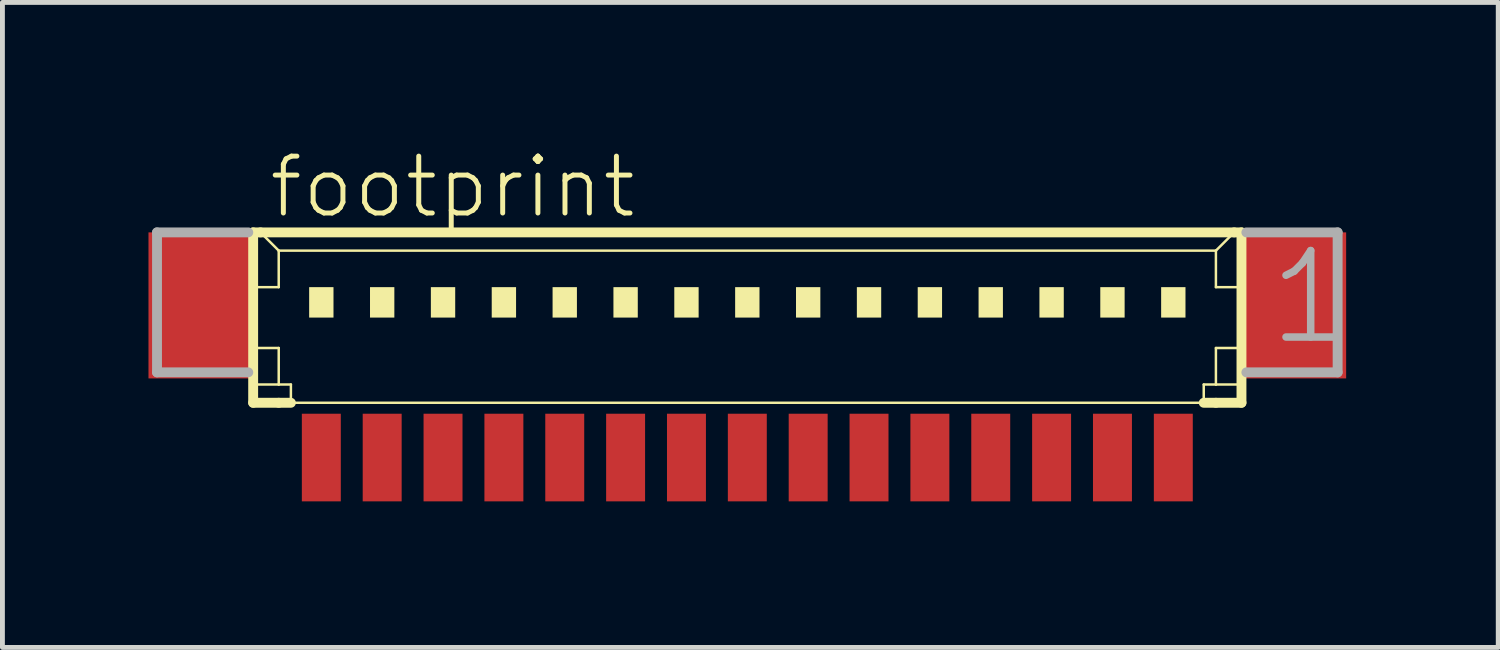
<source format=kicad_pcb>
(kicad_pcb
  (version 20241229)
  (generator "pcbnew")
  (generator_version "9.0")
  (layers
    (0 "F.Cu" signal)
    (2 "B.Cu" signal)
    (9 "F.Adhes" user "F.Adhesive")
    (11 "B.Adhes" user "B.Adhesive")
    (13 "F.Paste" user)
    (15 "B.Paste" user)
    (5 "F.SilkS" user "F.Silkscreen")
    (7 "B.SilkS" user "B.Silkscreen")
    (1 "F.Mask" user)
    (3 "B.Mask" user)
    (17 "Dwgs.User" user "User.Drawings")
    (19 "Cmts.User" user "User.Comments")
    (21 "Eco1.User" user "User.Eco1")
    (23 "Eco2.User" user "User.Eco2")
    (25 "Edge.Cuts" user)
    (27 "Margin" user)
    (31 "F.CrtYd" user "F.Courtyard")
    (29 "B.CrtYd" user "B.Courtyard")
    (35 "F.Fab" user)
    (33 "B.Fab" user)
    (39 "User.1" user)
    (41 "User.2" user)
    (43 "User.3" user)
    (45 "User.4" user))
  (footprint "footprint"
    (layer "F.Cu")
    (at 12.3 3.848)
    (property "Reference" "footprint" (at -9.875 -2.375 0) (layer "F.SilkS") (effects (font (size 1.168 1.168) (thickness 0.102)) (justify left bottom)))
    (fp_line (start -10.15 -2.125) (end -10.15 1.375) (stroke (width 0.203) (type solid)) (layer "F.SilkS"))
    (fp_line (start -10.15 1.375) (end -9.625 1.375) (stroke (width 0.203) (type solid)) (layer "F.SilkS"))
    (fp_line (start -10.125 -1) (end -9.625 -1) (stroke (width 0.051) (type solid)) (layer "F.SilkS"))
    (fp_line (start -10.125 0.25) (end -9.625 0.25) (stroke (width 0.051) (type solid)) (layer "F.SilkS"))
    (fp_line (start -10.125 1) (end -9.625 1) (stroke (width 0.051) (type solid)) (layer "F.SilkS"))
    (fp_line (start -10 -2.125) (end -10.15 -2.125) (stroke (width 0.203) (type solid)) (layer "F.SilkS"))
    (fp_line (start -9.625 -1.75) (end -10 -2.125) (stroke (width 0.051) (type solid)) (layer "F.SilkS"))
    (fp_line (start -9.625 -1.75) (end 9.625 -1.75) (stroke (width 0.051) (type solid)) (layer "F.SilkS"))
    (fp_line (start -9.625 -1) (end -9.625 -1.75) (stroke (width 0.051) (type solid)) (layer "F.SilkS"))
    (fp_line (start -9.625 0.25) (end -9.625 1) (stroke (width 0.051) (type solid)) (layer "F.SilkS"))
    (fp_line (start -9.625 1) (end -9.375 1) (stroke (width 0.051) (type solid)) (layer "F.SilkS"))
    (fp_line (start -9.625 1.375) (end -9.375 1.375) (stroke (width 0.203) (type solid)) (layer "F.SilkS"))
    (fp_line (start -9.375 1) (end -9.375 1.375) (stroke (width 0.051) (type solid)) (layer "F.SilkS"))
    (fp_line (start -9.375 1.375) (end 9.375 1.375) (stroke (width 0.051) (type solid)) (layer "F.SilkS"))
    (fp_line (start 9.375 1) (end 9.375 1.375) (stroke (width 0.051) (type solid)) (layer "F.SilkS"))
    (fp_line (start 9.375 1) (end 9.625 1) (stroke (width 0.051) (type solid)) (layer "F.SilkS"))
    (fp_line (start 9.375 1.375) (end 9.625 1.375) (stroke (width 0.203) (type solid)) (layer "F.SilkS"))
    (fp_line (start 9.625 -1.75) (end 9.625 -1) (stroke (width 0.051) (type solid)) (layer "F.SilkS"))
    (fp_line (start 9.625 -1.75) (end 10 -2.125) (stroke (width 0.051) (type solid)) (layer "F.SilkS"))
    (fp_line (start 9.625 -1) (end 10.125 -1) (stroke (width 0.051) (type solid)) (layer "F.SilkS"))
    (fp_line (start 9.625 0.25) (end 9.625 1) (stroke (width 0.051) (type solid)) (layer "F.SilkS"))
    (fp_line (start 9.625 0.25) (end 10.125 0.25) (stroke (width 0.051) (type solid)) (layer "F.SilkS"))
    (fp_line (start 9.625 1) (end 10.125 1) (stroke (width 0.051) (type solid)) (layer "F.SilkS"))
    (fp_line (start 9.625 1.375) (end 10.15 1.375) (stroke (width 0.203) (type solid)) (layer "F.SilkS"))
    (fp_line (start 10 -2.125) (end -10 -2.125) (stroke (width 0.203) (type solid)) (layer "F.SilkS"))
    (fp_line (start 10.15 -2.125) (end 10 -2.125) (stroke (width 0.203) (type solid)) (layer "F.SilkS"))
    (fp_line (start 10.15 1.375) (end 10.15 -2.125) (stroke (width 0.203) (type solid)) (layer "F.SilkS"))
    (fp_poly (pts (xy -9 -0.375) (xy -8.5 -0.375) (xy -8.5 -1) (xy -9 -1)) (stroke (width 0) (type solid)) (fill yes) (layer "F.SilkS"))
    (fp_poly (pts (xy -7.75 -0.375) (xy -7.25 -0.375) (xy -7.25 -1) (xy -7.75 -1)) (stroke (width 0) (type solid)) (fill yes) (layer "F.SilkS"))
    (fp_poly (pts (xy -6.5 -0.375) (xy -6 -0.375) (xy -6 -1) (xy -6.5 -1)) (stroke (width 0) (type solid)) (fill yes) (layer "F.SilkS"))
    (fp_poly (pts (xy -5.25 -0.375) (xy -4.75 -0.375) (xy -4.75 -1) (xy -5.25 -1)) (stroke (width 0) (type solid)) (fill yes) (layer "F.SilkS"))
    (fp_poly (pts (xy -4 -0.375) (xy -3.5 -0.375) (xy -3.5 -1) (xy -4 -1)) (stroke (width 0) (type solid)) (fill yes) (layer "F.SilkS"))
    (fp_poly (pts (xy -2.75 -0.375) (xy -2.25 -0.375) (xy -2.25 -1) (xy -2.75 -1)) (stroke (width 0) (type solid)) (fill yes) (layer "F.SilkS"))
    (fp_poly (pts (xy -1.5 -0.375) (xy -1 -0.375) (xy -1 -1) (xy -1.5 -1)) (stroke (width 0) (type solid)) (fill yes) (layer "F.SilkS"))
    (fp_poly (pts (xy -0.25 -0.375) (xy 0.25 -0.375) (xy 0.25 -1) (xy -0.25 -1)) (stroke (width 0) (type solid)) (fill yes) (layer "F.SilkS"))
    (fp_poly (pts (xy 1 -0.375) (xy 1.5 -0.375) (xy 1.5 -1) (xy 1 -1)) (stroke (width 0) (type solid)) (fill yes) (layer "F.SilkS"))
    (fp_poly (pts (xy 2.25 -0.375) (xy 2.75 -0.375) (xy 2.75 -1) (xy 2.25 -1)) (stroke (width 0) (type solid)) (fill yes) (layer "F.SilkS"))
    (fp_poly (pts (xy 3.5 -0.375) (xy 4 -0.375) (xy 4 -1) (xy 3.5 -1)) (stroke (width 0) (type solid)) (fill yes) (layer "F.SilkS"))
    (fp_poly (pts (xy 4.75 -0.375) (xy 5.25 -0.375) (xy 5.25 -1) (xy 4.75 -1)) (stroke (width 0) (type solid)) (fill yes) (layer "F.SilkS"))
    (fp_poly (pts (xy 6 -0.375) (xy 6.5 -0.375) (xy 6.5 -1) (xy 6 -1)) (stroke (width 0) (type solid)) (fill yes) (layer "F.SilkS"))
    (fp_poly (pts (xy 7.25 -0.375) (xy 7.75 -0.375) (xy 7.75 -1) (xy 7.25 -1)) (stroke (width 0) (type solid)) (fill yes) (layer "F.SilkS"))
    (fp_poly (pts (xy 8.5 -0.375) (xy 9 -0.375) (xy 9 -1) (xy 8.5 -1)) (stroke (width 0) (type solid)) (fill yes) (layer "F.SilkS"))
    (fp_line (start -12.125 -2.125) (end -12.125 0.75) (stroke (width 0.203) (type solid)) (layer "F.Fab"))
    (fp_line (start -12.125 0.75) (end -10.25 0.75) (stroke (width 0.203) (type solid)) (layer "F.Fab"))
    (fp_line (start -10.25 -2.125) (end -12.125 -2.125) (stroke (width 0.203) (type solid)) (layer "F.Fab"))
    (fp_line (start 10.25 0.75) (end 12.125 0.75) (stroke (width 0.203) (type solid)) (layer "F.Fab"))
    (fp_line (start 12.125 -2.125) (end 10.25 -2.125) (stroke (width 0.203) (type solid)) (layer "F.Fab"))
    (fp_line (start 12.125 0.75) (end 12.125 -2.125) (stroke (width 0.203) (type solid)) (layer "F.Fab"))
    (fp_text user "1" (at 10.625 0.25 0) (layer "F.Fab") (effects (font (size 1.776 1.776) (thickness 0.154)) (justify left bottom)))
    (pad "1" smd rect (at 8.75 2.5) (size 0.8 1.8) (layers "F.Cu" "F.Mask" "F.Paste"))
    (pad "2" smd rect (at 7.5 2.5) (size 0.8 1.8) (layers "F.Cu" "F.Mask" "F.Paste"))
    (pad "3" smd rect (at 6.25 2.5) (size 0.8 1.8) (layers "F.Cu" "F.Mask" "F.Paste"))
    (pad "4" smd rect (at 5 2.5) (size 0.8 1.8) (layers "F.Cu" "F.Mask" "F.Paste"))
    (pad "5" smd rect (at 3.75 2.5) (size 0.8 1.8) (layers "F.Cu" "F.Mask" "F.Paste"))
    (pad "6" smd rect (at 2.5 2.5) (size 0.8 1.8) (layers "F.Cu" "F.Mask" "F.Paste"))
    (pad "7" smd rect (at 1.25 2.5) (size 0.8 1.8) (layers "F.Cu" "F.Mask" "F.Paste"))
    (pad "8" smd rect (at 0 2.5) (size 0.8 1.8) (layers "F.Cu" "F.Mask" "F.Paste"))
    (pad "9" smd rect (at -1.25 2.5) (size 0.8 1.8) (layers "F.Cu" "F.Mask" "F.Paste"))
    (pad "10" smd rect (at -2.5 2.5) (size 0.8 1.8) (layers "F.Cu" "F.Mask" "F.Paste"))
    (pad "11" smd rect (at -3.75 2.5) (size 0.8 1.8) (layers "F.Cu" "F.Mask" "F.Paste"))
    (pad "12" smd rect (at -5 2.5) (size 0.8 1.8) (layers "F.Cu" "F.Mask" "F.Paste"))
    (pad "13" smd rect (at -6.25 2.5) (size 0.8 1.8) (layers "F.Cu" "F.Mask" "F.Paste"))
    (pad "14" smd rect (at -7.5 2.5) (size 0.8 1.8) (layers "F.Cu" "F.Mask" "F.Paste"))
    (pad "15" smd rect (at -8.75 2.5) (size 0.8 1.8) (layers "F.Cu" "F.Mask" "F.Paste"))
    (pad "S1" smd rect (at 11.25 -0.625) (size 2.1 3) (layers "F.Cu" "F.Mask" "F.Paste"))
    (pad "S2" smd rect (at -11.25 -0.625) (size 2.1 3) (layers "F.Cu" "F.Mask" "F.Paste")))
  (gr_rect
    (start -3 -3)
    (end 27.724 10.248)
    (stroke (width 0.1) (type default))
    (fill no)
    (layer "Edge.Cuts")))
</source>
